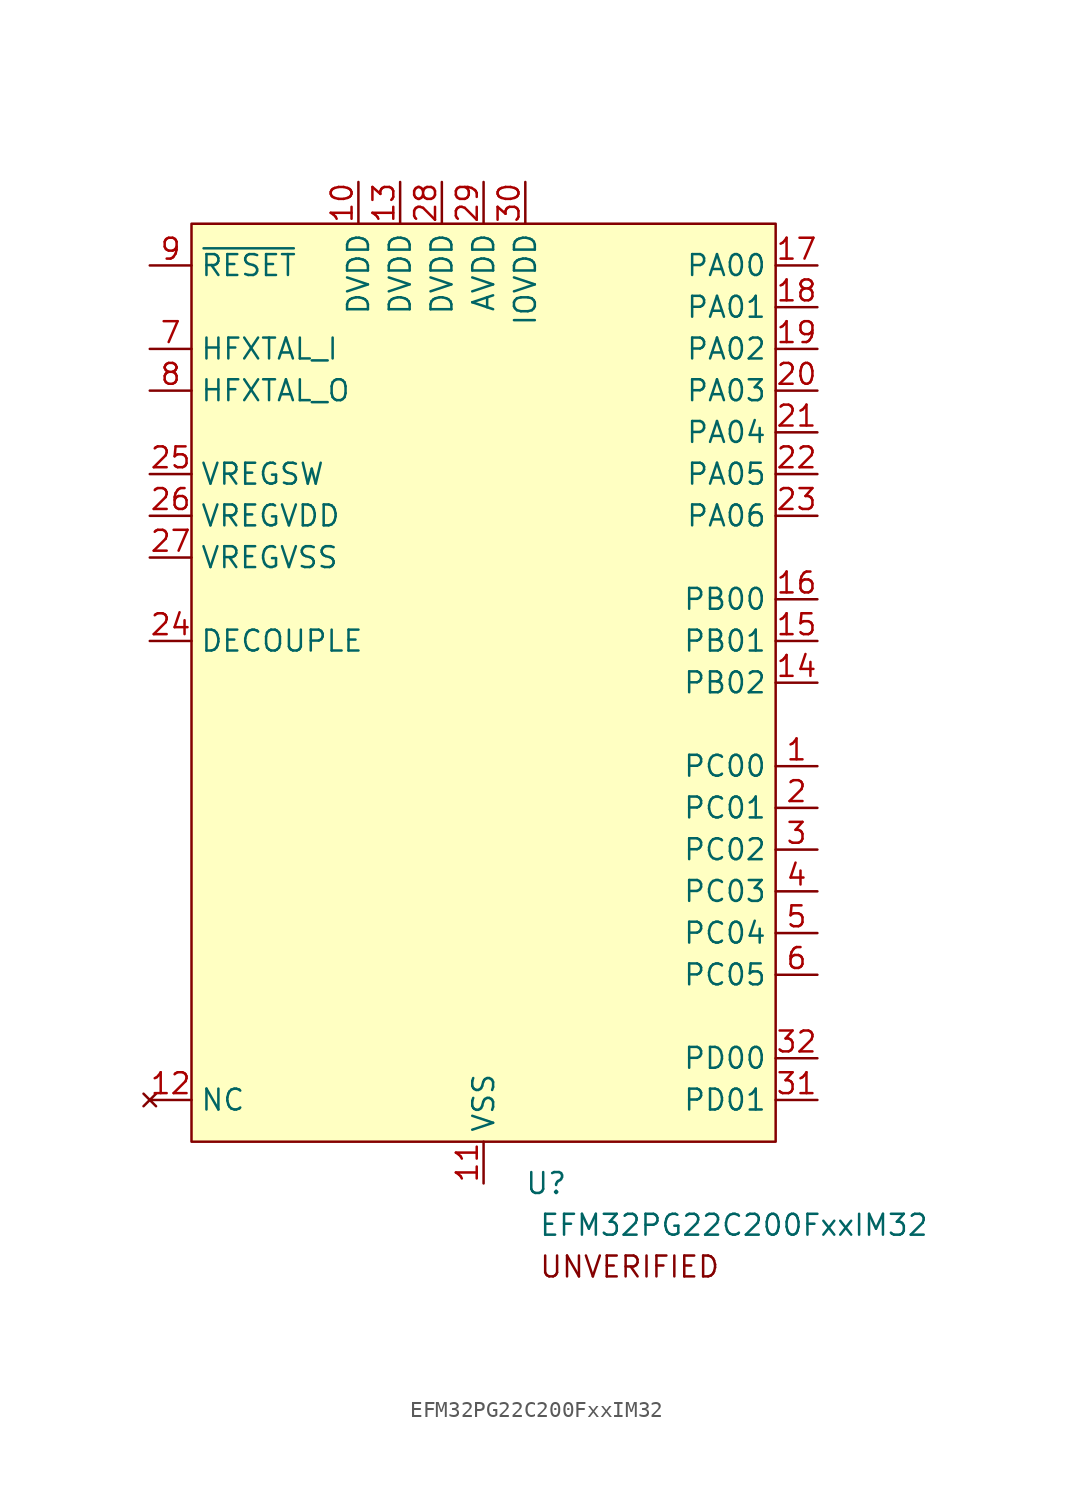
<source format=kicad_sym>
(kicad_symbol_lib
  (version 20211014)
  (generator kicad_symbol_editor)
  (symbol "EFM32PG22C200FxxIM32"
    (property "Reference" "U"
      (at 3.81 -30.48 0)
      (effects (font (size 1.27 1.27))))
    (property "Value" "EFM32PG22C200FxxIM32"
      (at 15.24 -33.02 0)
      (effects (font (size 1.27 1.27))))
    (symbol "EFM32PG22C200FxxIM32_0_0"
      (text "UNVERIFIED" (at 8.89 -35.56 0) (effects (font (size 1.27 1.27))))
      (pin bidirectional line (at 20.32 -5.08 180) (length 2.54) (name "PC00" (effects (font (size 1.27 1.27)))) (number "1" (effects (font (size 1.27 1.27)))))
      (pin power_in line (at -7.62 30.48 270) (length 2.54) (name "DVDD" (effects (font (size 1.27 1.27)))) (number "10" (effects (font (size 1.27 1.27)))))
      (pin power_in line (at 0 -30.48 90) (length 2.54) (name "VSS" (effects (font (size 1.27 1.27)))) (number "11" (effects (font (size 1.27 1.27)))))
      (pin no_connect line (at -20.32 -25.4 0) (length 2.54) (name "NC" (effects (font (size 1.27 1.27)))) (number "12" (effects (font (size 1.27 1.27)))))
      (pin power_in line (at -5.08 30.48 270) (length 2.54) (name "DVDD" (effects (font (size 1.27 1.27)))) (number "13" (effects (font (size 1.27 1.27)))))
      (pin bidirectional line (at 20.32 0 180) (length 2.54) (name "PB02" (effects (font (size 1.27 1.27)))) (number "14" (effects (font (size 1.27 1.27)))))
      (pin bidirectional line (at 20.32 2.54 180) (length 2.54) (name "PB01" (effects (font (size 1.27 1.27)))) (number "15" (effects (font (size 1.27 1.27)))))
      (pin bidirectional line (at 20.32 5.08 180) (length 2.54) (name "PB00" (effects (font (size 1.27 1.27)))) (number "16" (effects (font (size 1.27 1.27)))))
      (pin bidirectional line (at 20.32 25.4 180) (length 2.54) (name "PA00" (effects (font (size 1.27 1.27)))) (number "17" (effects (font (size 1.27 1.27)))))
      (pin bidirectional line (at 20.32 22.86 180) (length 2.54) (name "PA01" (effects (font (size 1.27 1.27)))) (number "18" (effects (font (size 1.27 1.27)))))
      (pin bidirectional line (at 20.32 20.32 180) (length 2.54) (name "PA02" (effects (font (size 1.27 1.27)))) (number "19" (effects (font (size 1.27 1.27)))))
      (pin bidirectional line (at 20.32 -7.62 180) (length 2.54) (name "PC01" (effects (font (size 1.27 1.27)))) (number "2" (effects (font (size 1.27 1.27)))))
      (pin bidirectional line (at 20.32 17.78 180) (length 2.54) (name "PA03" (effects (font (size 1.27 1.27)))) (number "20" (effects (font (size 1.27 1.27)))))
      (pin bidirectional line (at 20.32 15.24 180) (length 2.54) (name "PA04" (effects (font (size 1.27 1.27)))) (number "21" (effects (font (size 1.27 1.27)))))
      (pin bidirectional line (at 20.32 12.7 180) (length 2.54) (name "PA05" (effects (font (size 1.27 1.27)))) (number "22" (effects (font (size 1.27 1.27)))))
      (pin bidirectional line (at 20.32 10.16 180) (length 2.54) (name "PA06" (effects (font (size 1.27 1.27)))) (number "23" (effects (font (size 1.27 1.27)))))
      (pin power_out line (at -20.32 2.54 0) (length 2.54) (name "DECOUPLE" (effects (font (size 1.27 1.27)))) (number "24" (effects (font (size 1.27 1.27)))))
      (pin power_out line (at -20.32 12.7 0) (length 2.54) (name "VREGSW" (effects (font (size 1.27 1.27)))) (number "25" (effects (font (size 1.27 1.27)))))
      (pin power_in line (at -20.32 10.16 0) (length 2.54) (name "VREGVDD" (effects (font (size 1.27 1.27)))) (number "26" (effects (font (size 1.27 1.27)))))
      (pin power_in line (at -20.32 7.62 0) (length 2.54) (name "VREGVSS" (effects (font (size 1.27 1.27)))) (number "27" (effects (font (size 1.27 1.27)))))
      (pin power_in line (at -2.54 30.48 270) (length 2.54) (name "DVDD" (effects (font (size 1.27 1.27)))) (number "28" (effects (font (size 1.27 1.27)))))
      (pin power_in line (at 0 30.48 270) (length 2.54) (name "AVDD" (effects (font (size 1.27 1.27)))) (number "29" (effects (font (size 1.27 1.27)))))
      (pin bidirectional line (at 20.32 -10.16 180) (length 2.54) (name "PC02" (effects (font (size 1.27 1.27)))) (number "3" (effects (font (size 1.27 1.27)))))
      (pin power_in line (at 2.54 30.48 270) (length 2.54) (name "IOVDD" (effects (font (size 1.27 1.27)))) (number "30" (effects (font (size 1.27 1.27)))))
      (pin bidirectional line (at 20.32 -25.4 180) (length 2.54) (name "PD01" (effects (font (size 1.27 1.27)))) (number "31" (effects (font (size 1.27 1.27)))))
      (pin bidirectional line (at 20.32 -22.86 180) (length 2.54) (name "PD00" (effects (font (size 1.27 1.27)))) (number "32" (effects (font (size 1.27 1.27)))))
      (pin bidirectional line (at 20.32 -12.7 180) (length 2.54) (name "PC03" (effects (font (size 1.27 1.27)))) (number "4" (effects (font (size 1.27 1.27)))))
      (pin bidirectional line (at 20.32 -15.24 180) (length 2.54) (name "PC04" (effects (font (size 1.27 1.27)))) (number "5" (effects (font (size 1.27 1.27)))))
      (pin bidirectional line (at 20.32 -17.78 180) (length 2.54) (name "PC05" (effects (font (size 1.27 1.27)))) (number "6" (effects (font (size 1.27 1.27)))))
      (pin input line (at -20.32 20.32 0) (length 2.54) (name "HFXTAL_I" (effects (font (size 1.27 1.27)))) (number "7" (effects (font (size 1.27 1.27)))))
      (pin output line (at -20.32 17.78 0) (length 2.54) (name "HFXTAL_O" (effects (font (size 1.27 1.27)))) (number "8" (effects (font (size 1.27 1.27)))))
      (pin input line (at -20.32 25.4 0) (length 2.54) (name "~{RESET}" (effects (font (size 1.27 1.27)))) (number "9" (effects (font (size 1.27 1.27))))))
    (symbol "EFM32PG22C200FxxIM32_0_1"
      (rectangle (start -17.78 27.94) (end 17.78 -27.94) (stroke (width 0) (type default) (color 0 0 0 0)) (fill (type background))))))
</source>
